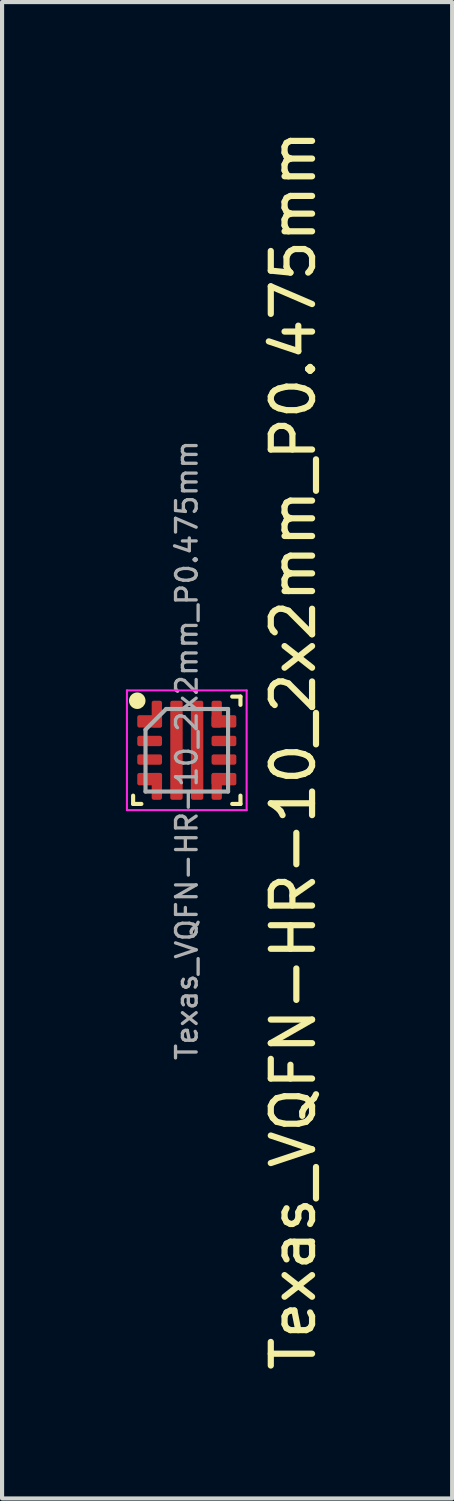
<source format=kicad_pcb>
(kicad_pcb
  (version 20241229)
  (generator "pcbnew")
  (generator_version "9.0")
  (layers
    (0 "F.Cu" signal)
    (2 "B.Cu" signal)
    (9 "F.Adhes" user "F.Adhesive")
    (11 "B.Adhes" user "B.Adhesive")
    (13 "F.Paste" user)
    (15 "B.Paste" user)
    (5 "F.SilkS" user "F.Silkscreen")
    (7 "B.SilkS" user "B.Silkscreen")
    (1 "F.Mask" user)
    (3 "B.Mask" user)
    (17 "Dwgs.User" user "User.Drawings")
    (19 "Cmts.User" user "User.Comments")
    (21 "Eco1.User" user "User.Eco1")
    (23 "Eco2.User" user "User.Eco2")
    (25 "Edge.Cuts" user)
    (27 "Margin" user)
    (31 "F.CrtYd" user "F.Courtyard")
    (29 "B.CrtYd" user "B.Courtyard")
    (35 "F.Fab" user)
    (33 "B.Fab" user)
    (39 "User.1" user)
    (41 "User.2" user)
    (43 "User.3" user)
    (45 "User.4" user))
  (footprint "Texas_VQFN-HR-10_2x2mm_P0.475mm"
    (layer "F.Cu")
    (at 1.475 15.125)
    (property "Reference" "Texas_VQFN-HR-10_2x2mm_P0.475mm" (at 2.58 0 270) (layer "F.SilkS") (effects (font (size 1 1) (thickness 0.15))))
    (attr smd)
    (fp_line (start -1.3 1.3) (end -1.3 1.1) (stroke (width 0.1) (type default)) (layer "F.SilkS"))
    (fp_line (start -1.1 1.3) (end -1.3 1.3) (stroke (width 0.1) (type default)) (layer "F.SilkS"))
    (fp_line (start 1.1 -1.3) (end 1.3 -1.3) (stroke (width 0.1) (type default)) (layer "F.SilkS"))
    (fp_line (start 1.1 1.3) (end 1.3 1.3) (stroke (width 0.1) (type default)) (layer "F.SilkS"))
    (fp_line (start 1.3 -1.3) (end 1.3 -1.1) (stroke (width 0.1) (type default)) (layer "F.SilkS"))
    (fp_line (start 1.3 1.3) (end 1.3 1.1) (stroke (width 0.1) (type default)) (layer "F.SilkS"))
    (fp_circle (center -1.2 -1.2) (end -1.2 -1.2) (stroke (width 0.2) (type default)) (fill no) (layer "F.SilkS"))
    (fp_line (start -1.45 -1.45) (end -1.45 1.45) (stroke (width 0.05) (type solid)) (layer "F.CrtYd"))
    (fp_line (start -1.45 1.45) (end 1.45 1.45) (stroke (width 0.05) (type solid)) (layer "F.CrtYd"))
    (fp_line (start 1.45 -1.45) (end -1.45 -1.45) (stroke (width 0.05) (type solid)) (layer "F.CrtYd"))
    (fp_line (start 1.45 1.45) (end 1.45 -1.45) (stroke (width 0.05) (type solid)) (layer "F.CrtYd"))
    (fp_line (start -1 -0.5) (end -0.5 -1) (stroke (width 0.1) (type solid)) (layer "F.Fab"))
    (fp_line (start -1 1) (end -1 -0.5) (stroke (width 0.1) (type solid)) (layer "F.Fab"))
    (fp_line (start -0.5 -1) (end 1 -1) (stroke (width 0.1) (type solid)) (layer "F.Fab"))
    (fp_line (start 1 -1) (end 1 1) (stroke (width 0.1) (type solid)) (layer "F.Fab"))
    (fp_line (start 1 1) (end -1 1) (stroke (width 0.1) (type solid)) (layer "F.Fab"))
    (fp_text user "${REFERENCE}" (at 0 0 270) (layer "F.Fab") (effects (font (size 0.5 0.5) (thickness 0.08))))
    (pad "1" smd roundrect (at -0.9 -0.7 270) (size 0.3 0.6) (layers "F.Cu" "F.Mask" "F.Paste") (roundrect_rratio 0.167))
    (pad "1" smd roundrect (at -0.725 -0.875) (size 0.25 0.65) (layers "F.Cu" "F.Mask" "F.Paste") (roundrect_rratio 0.2))
    (pad "2" smd roundrect (at -0.9 -0.225 270) (size 0.25 0.6) (layers "F.Cu" "F.Mask" "F.Paste") (roundrect_rratio 0.2))
    (pad "3" smd roundrect (at -0.9 0.225 270) (size 0.25 0.6) (layers "F.Cu" "F.Mask" "F.Paste") (roundrect_rratio 0.2))
    (pad "4" smd roundrect (at -0.9 0.7 270) (size 0.3 0.6) (layers "F.Cu" "F.Mask" "F.Paste") (roundrect_rratio 0.167))
    (pad "4" smd roundrect (at -0.725 0.875) (size 0.25 0.65) (layers "F.Cu" "F.Mask" "F.Paste") (roundrect_rratio 0.2))
    (pad "5" smd roundrect (at -0.25 0 270) (size 2.4 0.3) (layers "F.Cu" "F.Mask" "F.Paste") (roundrect_rratio 0.167))
    (pad "6" smd roundrect (at 0.25 0 270) (size 2.4 0.3) (layers "F.Cu" "F.Mask" "F.Paste") (roundrect_rratio 0.167))
    (pad "7" smd roundrect (at 0.725 0.875) (size 0.25 0.65) (layers "F.Cu" "F.Mask" "F.Paste") (roundrect_rratio 0.2))
    (pad "7" smd roundrect (at 0.9 0.7 270) (size 0.3 0.6) (layers "F.Cu" "F.Mask" "F.Paste") (roundrect_rratio 0.167))
    (pad "8" smd roundrect (at 0.9 0.225 270) (size 0.25 0.6) (layers "F.Cu" "F.Mask" "F.Paste") (roundrect_rratio 0.2))
    (pad "9" smd roundrect (at 0.9 -0.225 270) (size 0.25 0.6) (layers "F.Cu" "F.Mask" "F.Paste") (roundrect_rratio 0.2))
    (pad "10" smd roundrect (at 0.725 -0.875) (size 0.25 0.65) (layers "F.Cu" "F.Mask" "F.Paste") (roundrect_rratio 0.2))
    (pad "10" smd roundrect (at 0.9 -0.7 270) (size 0.3 0.6) (layers "F.Cu" "F.Mask" "F.Paste") (roundrect_rratio 0.167)))
  (gr_rect
    (start -3 -3)
    (end 7.903 33.25)
    (stroke (width 0.1) (type default))
    (fill no)
    (layer "Edge.Cuts")))
</source>
